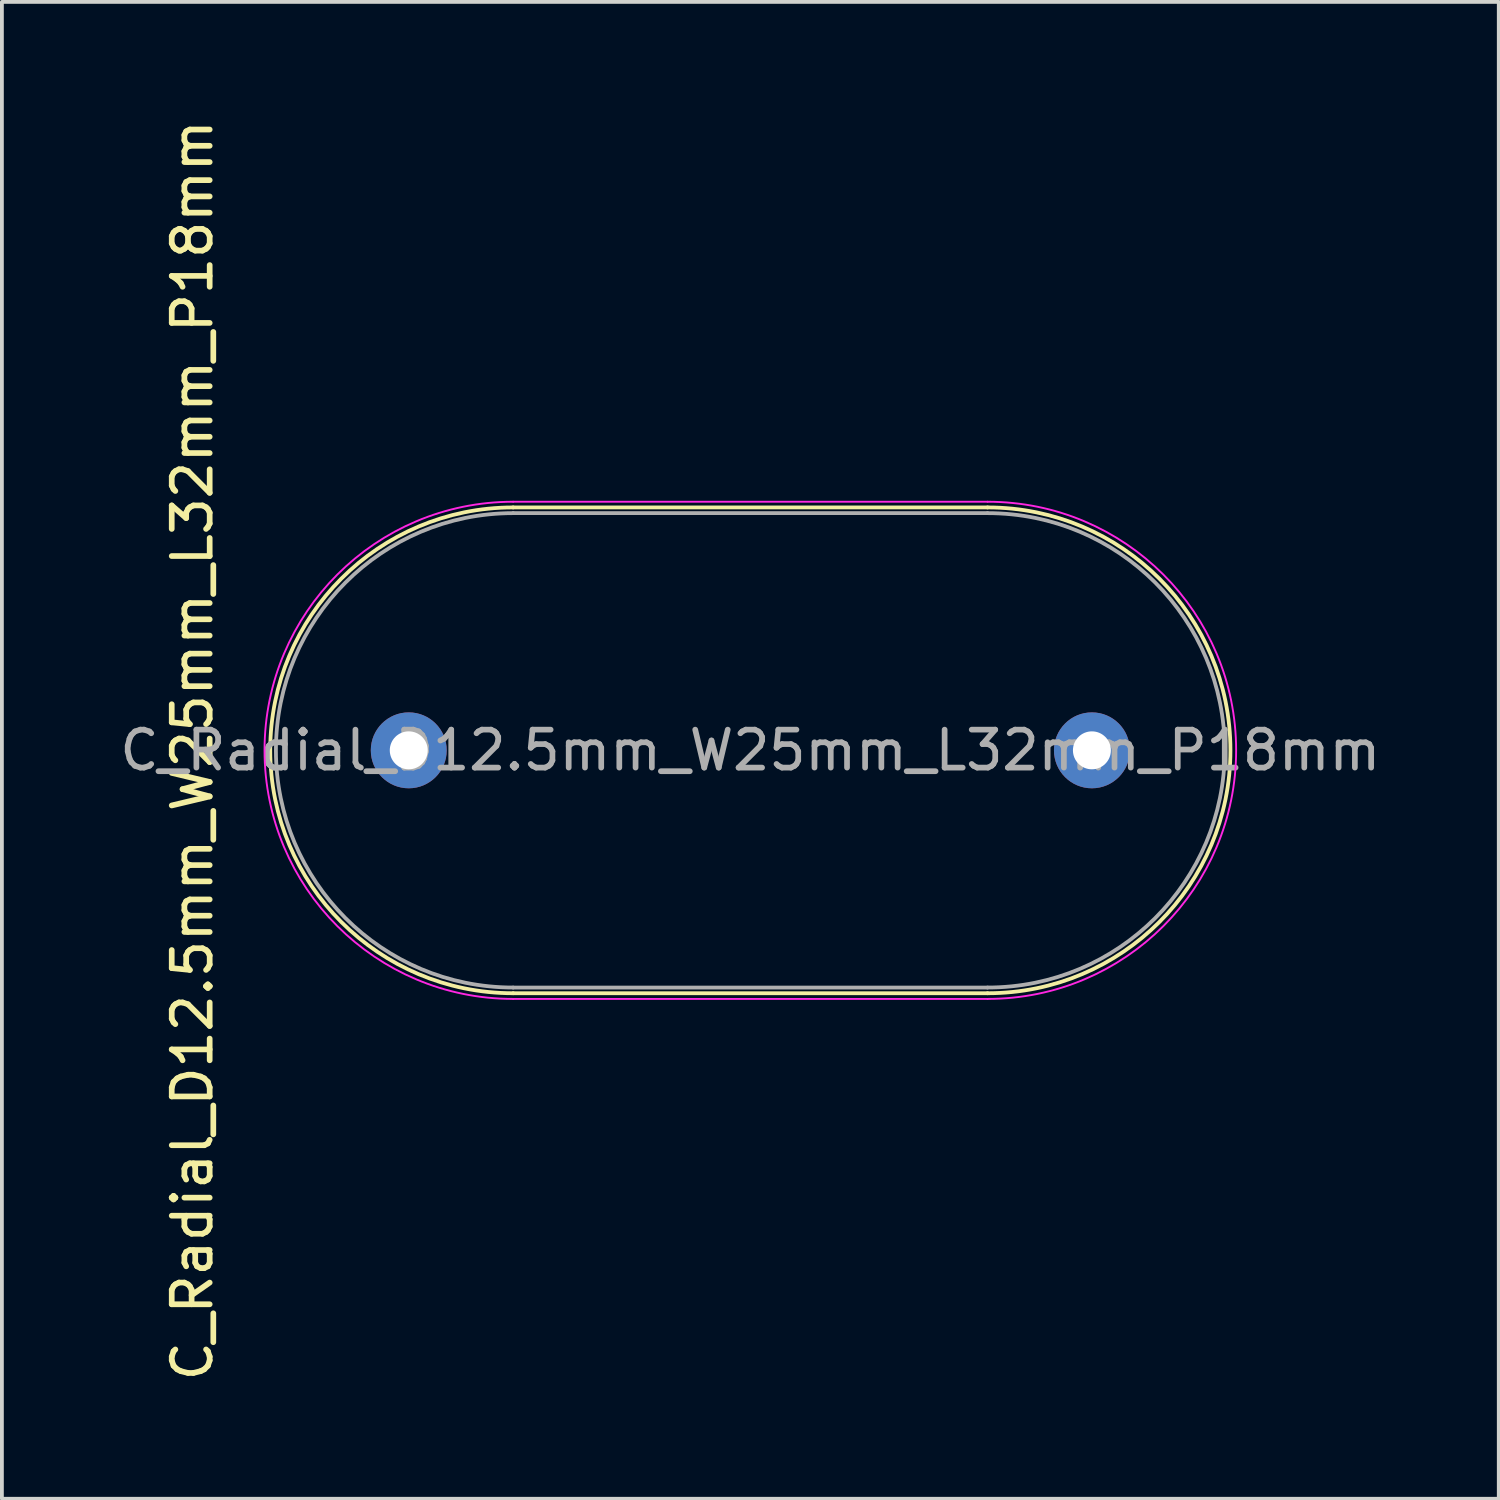
<source format=kicad_pcb>
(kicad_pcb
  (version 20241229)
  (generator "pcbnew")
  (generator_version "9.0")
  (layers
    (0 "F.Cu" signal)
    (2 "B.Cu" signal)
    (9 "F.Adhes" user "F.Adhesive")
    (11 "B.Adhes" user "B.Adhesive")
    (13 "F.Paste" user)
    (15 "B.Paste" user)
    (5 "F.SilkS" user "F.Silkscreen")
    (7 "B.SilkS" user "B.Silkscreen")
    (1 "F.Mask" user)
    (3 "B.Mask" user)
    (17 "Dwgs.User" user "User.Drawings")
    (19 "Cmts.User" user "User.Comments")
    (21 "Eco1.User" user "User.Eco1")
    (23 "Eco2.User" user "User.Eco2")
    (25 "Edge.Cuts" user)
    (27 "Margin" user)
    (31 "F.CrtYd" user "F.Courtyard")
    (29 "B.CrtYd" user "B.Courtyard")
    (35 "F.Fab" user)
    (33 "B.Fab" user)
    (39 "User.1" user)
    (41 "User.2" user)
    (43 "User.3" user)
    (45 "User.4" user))
  (footprint "C_Radial_D12.5mm_W25mm_L32mm_P18mm"
    (layer "F.Cu")
    (at 12.97 16.72)
    (property "Reference" "C_Radial_D12.5mm_W25mm_L32mm_P18mm" (at -10.95 0 90) (layer "F.SilkS") (effects (font (size 1 1) (thickness 0.15))))
    (attr through_hole)
    (fp_line (start -2.5 6.4) (end 10 6.4) (stroke (width 0.1) (type default)) (layer "F.SilkS"))
    (fp_line (start 10 -6.4) (end -2.5 -6.4) (stroke (width 0.1) (type default)) (layer "F.SilkS"))
    (fp_arc (start -2.5 6.4) (mid -8.9 0) (end -2.5 -6.4) (stroke (width 0.1) (type solid)) (layer "F.SilkS"))
    (fp_arc (start 10 -6.4) (mid 16.4 0) (end 10 6.4) (stroke (width 0.1) (type default)) (layer "F.SilkS"))
    (fp_line (start -2.5 -6.55) (end 10 -6.55) (stroke (width 0.05) (type default)) (layer "F.CrtYd"))
    (fp_line (start -2.5 6.55) (end 10 6.55) (stroke (width 0.05) (type default)) (layer "F.CrtYd"))
    (fp_arc (start -2.5 6.55) (mid -9.05 0) (end -2.5 -6.55) (stroke (width 0.05) (type solid)) (layer "F.CrtYd"))
    (fp_arc (start 10 -6.55) (mid 16.55 0) (end 10 6.55) (stroke (width 0.05) (type solid)) (layer "F.CrtYd"))
    (fp_line (start -2.5 6.25) (end 10 6.25) (stroke (width 0.1) (type default)) (layer "F.Fab"))
    (fp_line (start 10 -6.25) (end -2.5 -6.25) (stroke (width 0.1) (type default)) (layer "F.Fab"))
    (fp_arc (start -2.5 6.25) (mid -8.75 0) (end -2.5 -6.25) (stroke (width 0.1) (type default)) (layer "F.Fab"))
    (fp_arc (start 10 -6.25) (mid 16.25 0) (end 10 6.25) (stroke (width 0.1) (type default)) (layer "F.Fab"))
    (fp_text user "${REFERENCE}" (at 3.75 0 0) (layer "F.Fab") (effects (font (size 1 1) (thickness 0.15))))
    (pad "1" thru_hole circle (at -5.25 0) (size 2 2) (drill 1) (layers "*.Cu" "*.Mask"))
    (pad "2" thru_hole circle (at 12.75 0) (size 2 2) (drill 1) (layers "*.Cu" "*.Mask")))
  (gr_rect
    (start -3 -3)
    (end 36.44 36.44)
    (stroke (width 0.1) (type default))
    (fill no)
    (layer "Edge.Cuts")))
</source>
